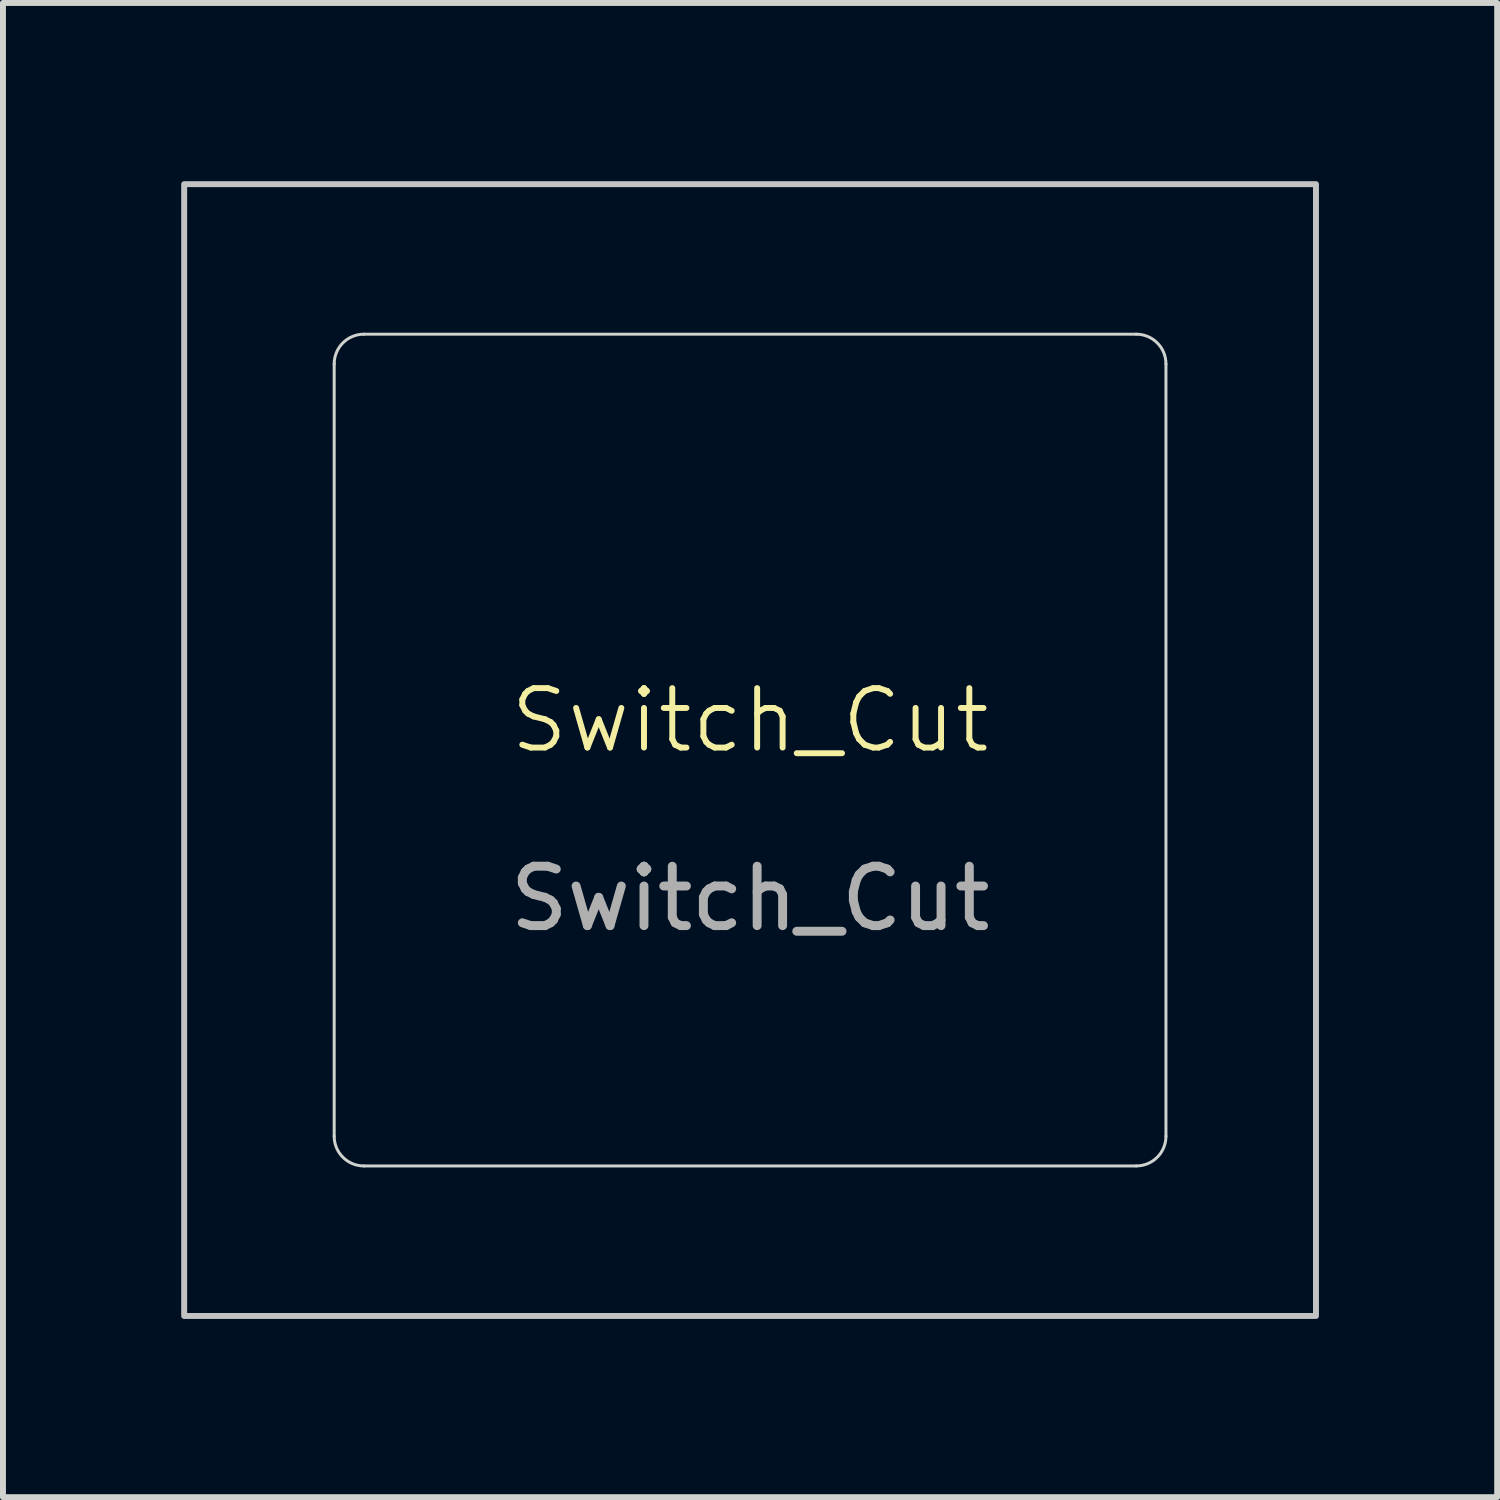
<source format=kicad_pcb>
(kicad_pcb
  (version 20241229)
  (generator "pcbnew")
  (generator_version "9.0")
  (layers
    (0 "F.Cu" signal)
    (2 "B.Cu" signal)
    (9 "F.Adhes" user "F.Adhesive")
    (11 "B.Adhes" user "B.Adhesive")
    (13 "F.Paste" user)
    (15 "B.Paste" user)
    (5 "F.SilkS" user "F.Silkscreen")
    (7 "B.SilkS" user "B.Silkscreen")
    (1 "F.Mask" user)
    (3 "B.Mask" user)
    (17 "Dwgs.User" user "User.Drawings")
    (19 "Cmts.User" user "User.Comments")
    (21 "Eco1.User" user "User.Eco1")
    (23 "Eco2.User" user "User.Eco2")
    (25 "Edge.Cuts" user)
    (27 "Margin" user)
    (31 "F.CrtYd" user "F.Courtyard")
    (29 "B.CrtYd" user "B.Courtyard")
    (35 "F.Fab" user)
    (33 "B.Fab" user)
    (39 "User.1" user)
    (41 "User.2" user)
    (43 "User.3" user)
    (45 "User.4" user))
  (footprint "Switch_Cut"
    (layer "F.Cu")
    (at 9.575 9.575)
    (property "Reference" "Switch_Cut" (at 0 -0.5 0) (unlocked yes) (layer "F.SilkS") (effects (font (size 1 1) (thickness 0.1))))
    (attr smd)
    (fp_rect (start -9.525 -9.525) (end 9.525 9.525) (stroke (width 0.1) (type solid)) (fill no) (layer "Dwgs.User"))
    (fp_line (start -7 6.5) (end -7 -6.5) (stroke (width 0.05) (type default)) (layer "Edge.Cuts"))
    (fp_line (start -6.5 -7) (end 6.5 -7) (stroke (width 0.05) (type default)) (layer "Edge.Cuts"))
    (fp_line (start 6.5 7) (end -6.5 7) (stroke (width 0.05) (type default)) (layer "Edge.Cuts"))
    (fp_line (start 7 -6.5) (end 7 6.5) (stroke (width 0.05) (type default)) (layer "Edge.Cuts"))
    (fp_arc (start -7 -6.5) (mid -6.853553 -6.853553) (end -6.5 -7) (stroke (width 0.05) (type default)) (layer "Edge.Cuts"))
    (fp_arc (start -6.5 7) (mid -6.853553 6.853553) (end -7 6.5) (stroke (width 0.05) (type default)) (layer "Edge.Cuts"))
    (fp_arc (start 6.5 -7) (mid 6.853553 -6.853553) (end 7 -6.5) (stroke (width 0.05) (type default)) (layer "Edge.Cuts"))
    (fp_arc (start 7 6.5) (mid 6.853553 6.853553) (end 6.5 7) (stroke (width 0.05) (type default)) (layer "Edge.Cuts"))
    (fp_text user "${REFERENCE}" (at 0 2.5 0) (unlocked yes) (layer "F.Fab") (effects (font (size 1 1) (thickness 0.15)))))
  (gr_rect
    (start -3 -3)
    (end 22.15 22.15)
    (stroke (width 0.1) (type default))
    (fill no)
    (layer "Edge.Cuts")))
</source>
